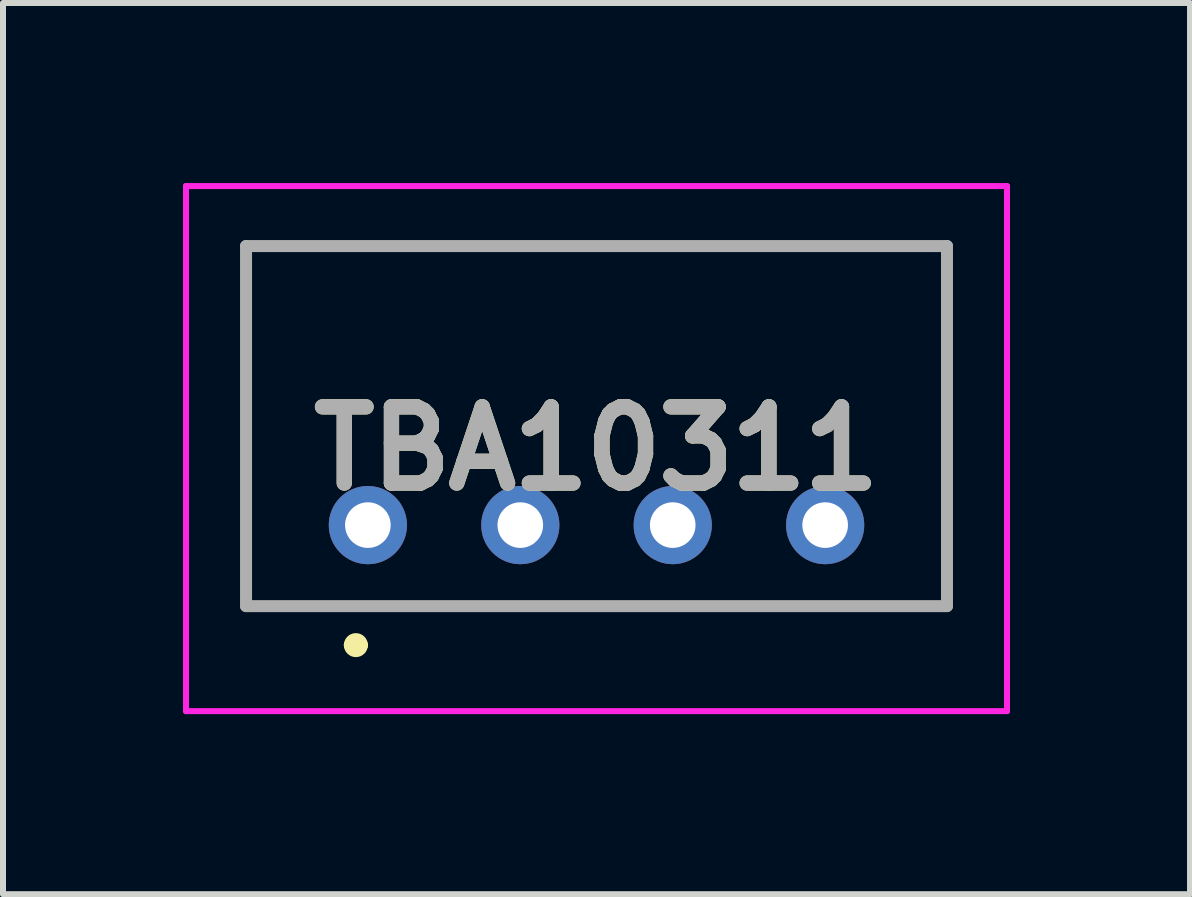
<source format=kicad_pcb>
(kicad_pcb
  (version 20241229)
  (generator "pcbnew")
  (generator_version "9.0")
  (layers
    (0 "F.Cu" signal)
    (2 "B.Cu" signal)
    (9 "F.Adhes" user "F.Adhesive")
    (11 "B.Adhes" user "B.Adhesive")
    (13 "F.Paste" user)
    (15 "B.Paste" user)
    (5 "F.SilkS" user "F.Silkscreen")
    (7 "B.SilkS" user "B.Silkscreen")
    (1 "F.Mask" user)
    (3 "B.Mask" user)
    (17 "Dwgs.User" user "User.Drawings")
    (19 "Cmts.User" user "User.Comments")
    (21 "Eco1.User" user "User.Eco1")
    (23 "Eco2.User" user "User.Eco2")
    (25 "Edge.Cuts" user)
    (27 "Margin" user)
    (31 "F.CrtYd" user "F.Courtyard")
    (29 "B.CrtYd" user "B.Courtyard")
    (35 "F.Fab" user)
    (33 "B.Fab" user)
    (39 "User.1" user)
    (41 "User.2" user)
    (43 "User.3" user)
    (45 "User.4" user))
  (footprint "TBA10311"
    (layer "F.Cu")
    (at 3.08 5.7)
    (property "Reference" "TBA10311" (at 3.81 -1.275 0) (layer "F.SilkS") (effects (font (size 1.27 1.27) (thickness 0.254))))
    (attr through_hole)
    (fp_line (start -2.03 -4.65) (end 9.65 -4.65) (stroke (width 0.1) (type solid)) (layer "F.SilkS"))
    (fp_line (start -2.03 1.35) (end -2.03 -4.65) (stroke (width 0.1) (type solid)) (layer "F.SilkS"))
    (fp_line (start -0.3 2) (end -0.3 2) (stroke (width 0.2) (type solid)) (layer "F.SilkS"))
    (fp_line (start -0.1 2) (end -0.1 2) (stroke (width 0.2) (type solid)) (layer "F.SilkS"))
    (fp_line (start 9.65 -4.65) (end 9.65 1.35) (stroke (width 0.1) (type solid)) (layer "F.SilkS"))
    (fp_line (start 9.65 1.35) (end -2.03 1.35) (stroke (width 0.1) (type solid)) (layer "F.SilkS"))
    (fp_arc (start -0.3 2) (mid -0.2 1.9) (end -0.1 2) (stroke (width 0.2) (type solid)) (layer "F.SilkS"))
    (fp_arc (start -0.1 2) (mid -0.2 2.1) (end -0.3 2) (stroke (width 0.2) (type solid)) (layer "F.SilkS"))
    (fp_line (start -3.03 -5.65) (end 10.65 -5.65) (stroke (width 0.1) (type solid)) (layer "F.CrtYd"))
    (fp_line (start -3.03 3.1) (end -3.03 -5.65) (stroke (width 0.1) (type solid)) (layer "F.CrtYd"))
    (fp_line (start 10.65 -5.65) (end 10.65 3.1) (stroke (width 0.1) (type solid)) (layer "F.CrtYd"))
    (fp_line (start 10.65 3.1) (end -3.03 3.1) (stroke (width 0.1) (type solid)) (layer "F.CrtYd"))
    (fp_line (start -2.03 -4.65) (end 9.65 -4.65) (stroke (width 0.2) (type solid)) (layer "F.Fab"))
    (fp_line (start -2.03 1.35) (end -2.03 -4.65) (stroke (width 0.2) (type solid)) (layer "F.Fab"))
    (fp_line (start 9.65 -4.65) (end 9.65 1.35) (stroke (width 0.2) (type solid)) (layer "F.Fab"))
    (fp_line (start 9.65 1.35) (end -2.03 1.35) (stroke (width 0.2) (type solid)) (layer "F.Fab"))
    (fp_text user "${REFERENCE}" (at 3.81 -1.275 0) (layer "F.Fab") (effects (font (size 1.27 1.27) (thickness 0.254))))
    (pad "1" thru_hole circle (at 0 0) (size 1.303 1.303) (drill 0.76) (layers "*.Cu" "*.Mask"))
    (pad "2" thru_hole circle (at 2.54 0) (size 1.303 1.303) (drill 0.76) (layers "*.Cu" "*.Mask"))
    (pad "4" thru_hole circle (at 5.08 0) (size 1.303 1.303) (drill 0.76) (layers "*.Cu" "*.Mask"))
    (pad "5" thru_hole circle (at 7.62 0) (size 1.303 1.303) (drill 0.76) (layers "*.Cu" "*.Mask")))
  (gr_rect
    (start -3 -3)
    (end 16.78 11.85)
    (stroke (width 0.1) (type default))
    (fill no)
    (layer "Edge.Cuts")))
</source>
